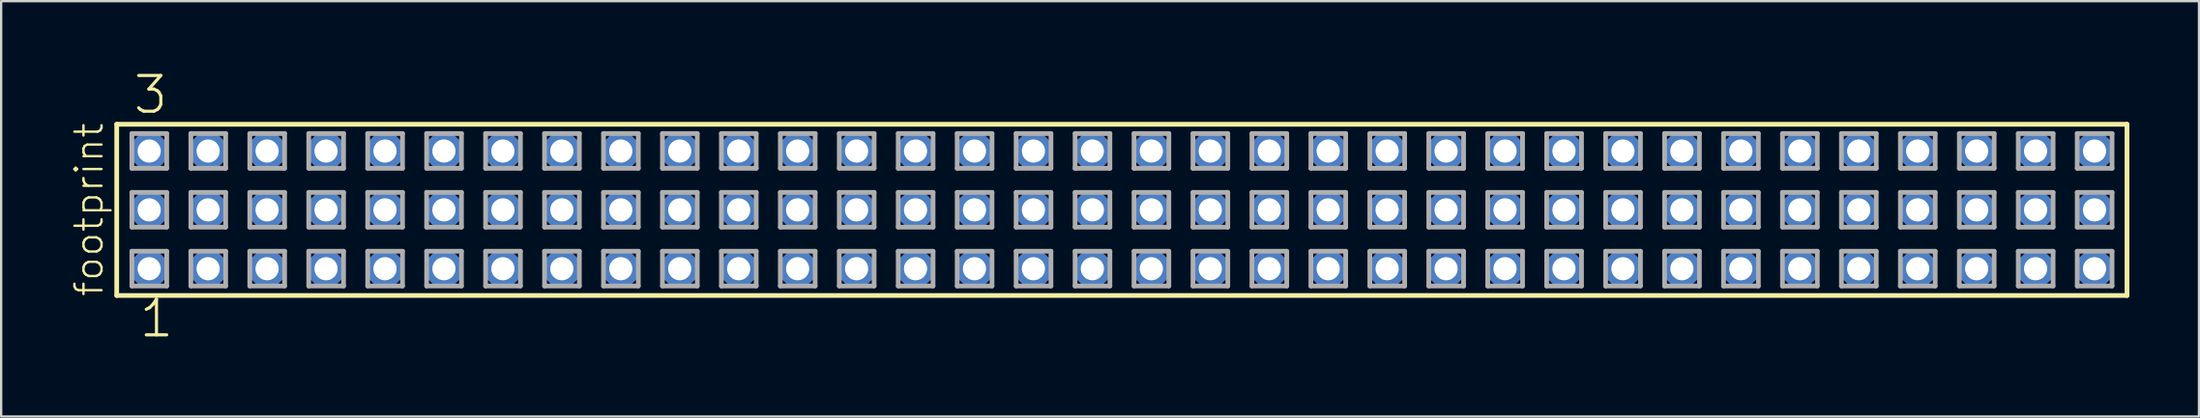
<source format=kicad_pcb>
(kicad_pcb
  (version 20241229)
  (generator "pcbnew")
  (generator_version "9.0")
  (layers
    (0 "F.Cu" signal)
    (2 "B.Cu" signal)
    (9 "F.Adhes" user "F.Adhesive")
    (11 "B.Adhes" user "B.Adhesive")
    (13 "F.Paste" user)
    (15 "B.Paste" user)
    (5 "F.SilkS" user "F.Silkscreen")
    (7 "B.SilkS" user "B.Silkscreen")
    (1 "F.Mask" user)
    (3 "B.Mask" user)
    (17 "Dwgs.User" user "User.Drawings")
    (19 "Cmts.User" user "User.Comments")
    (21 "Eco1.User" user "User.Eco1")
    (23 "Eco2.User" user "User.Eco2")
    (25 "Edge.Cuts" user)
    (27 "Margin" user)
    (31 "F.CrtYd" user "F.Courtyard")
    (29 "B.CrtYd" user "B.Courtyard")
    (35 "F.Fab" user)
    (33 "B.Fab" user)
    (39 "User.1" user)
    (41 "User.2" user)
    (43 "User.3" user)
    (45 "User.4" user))
  (footprint "footprint"
    (layer "F.Cu")
    (at 45.288 6.009)
    (property "Reference" "footprint" (at -43.815 3.81 90) (layer "F.SilkS") (effects (font (size 1.168 1.168) (thickness 0.102)) (justify left bottom)))
    (fp_line (start -43.309 -3.695) (end 43.309 -3.695) (stroke (width 0.203) (type solid)) (layer "F.SilkS"))
    (fp_line (start -43.309 3.695) (end -43.309 -3.695) (stroke (width 0.203) (type solid)) (layer "F.SilkS"))
    (fp_line (start 43.309 -3.695) (end 43.309 3.695) (stroke (width 0.203) (type solid)) (layer "F.SilkS"))
    (fp_line (start 43.309 3.695) (end -43.309 3.695) (stroke (width 0.203) (type solid)) (layer "F.SilkS"))
    (fp_line (start -42.655 -3.295) (end -41.155 -3.295) (stroke (width 0.203) (type solid)) (layer "F.Fab"))
    (fp_line (start -42.655 -1.795) (end -42.655 -3.295) (stroke (width 0.203) (type solid)) (layer "F.Fab"))
    (fp_line (start -42.655 -0.755) (end -41.155 -0.755) (stroke (width 0.203) (type solid)) (layer "F.Fab"))
    (fp_line (start -42.655 0.745) (end -42.655 -0.755) (stroke (width 0.203) (type solid)) (layer "F.Fab"))
    (fp_line (start -42.655 1.785) (end -41.155 1.785) (stroke (width 0.203) (type solid)) (layer "F.Fab"))
    (fp_line (start -42.655 3.285) (end -42.655 1.785) (stroke (width 0.203) (type solid)) (layer "F.Fab"))
    (fp_line (start -41.155 -3.295) (end -41.155 -1.795) (stroke (width 0.203) (type solid)) (layer "F.Fab"))
    (fp_line (start -41.155 -1.795) (end -42.655 -1.795) (stroke (width 0.203) (type solid)) (layer "F.Fab"))
    (fp_line (start -41.155 -0.755) (end -41.155 0.745) (stroke (width 0.203) (type solid)) (layer "F.Fab"))
    (fp_line (start -41.155 0.745) (end -42.655 0.745) (stroke (width 0.203) (type solid)) (layer "F.Fab"))
    (fp_line (start -41.155 1.785) (end -41.155 3.285) (stroke (width 0.203) (type solid)) (layer "F.Fab"))
    (fp_line (start -41.155 3.285) (end -42.655 3.285) (stroke (width 0.203) (type solid)) (layer "F.Fab"))
    (fp_line (start -40.115 -3.295) (end -38.615 -3.295) (stroke (width 0.203) (type solid)) (layer "F.Fab"))
    (fp_line (start -40.115 -1.795) (end -40.115 -3.295) (stroke (width 0.203) (type solid)) (layer "F.Fab"))
    (fp_line (start -40.115 -0.755) (end -38.615 -0.755) (stroke (width 0.203) (type solid)) (layer "F.Fab"))
    (fp_line (start -40.115 0.745) (end -40.115 -0.755) (stroke (width 0.203) (type solid)) (layer "F.Fab"))
    (fp_line (start -40.115 1.785) (end -38.615 1.785) (stroke (width 0.203) (type solid)) (layer "F.Fab"))
    (fp_line (start -40.115 3.285) (end -40.115 1.785) (stroke (width 0.203) (type solid)) (layer "F.Fab"))
    (fp_line (start -38.615 -3.295) (end -38.615 -1.795) (stroke (width 0.203) (type solid)) (layer "F.Fab"))
    (fp_line (start -38.615 -1.795) (end -40.115 -1.795) (stroke (width 0.203) (type solid)) (layer "F.Fab"))
    (fp_line (start -38.615 -0.755) (end -38.615 0.745) (stroke (width 0.203) (type solid)) (layer "F.Fab"))
    (fp_line (start -38.615 0.745) (end -40.115 0.745) (stroke (width 0.203) (type solid)) (layer "F.Fab"))
    (fp_line (start -38.615 1.785) (end -38.615 3.285) (stroke (width 0.203) (type solid)) (layer "F.Fab"))
    (fp_line (start -38.615 3.285) (end -40.115 3.285) (stroke (width 0.203) (type solid)) (layer "F.Fab"))
    (fp_line (start -37.575 -3.295) (end -36.075 -3.295) (stroke (width 0.203) (type solid)) (layer "F.Fab"))
    (fp_line (start -37.575 -1.795) (end -37.575 -3.295) (stroke (width 0.203) (type solid)) (layer "F.Fab"))
    (fp_line (start -37.575 -0.755) (end -36.075 -0.755) (stroke (width 0.203) (type solid)) (layer "F.Fab"))
    (fp_line (start -37.575 0.745) (end -37.575 -0.755) (stroke (width 0.203) (type solid)) (layer "F.Fab"))
    (fp_line (start -37.575 1.785) (end -36.075 1.785) (stroke (width 0.203) (type solid)) (layer "F.Fab"))
    (fp_line (start -37.575 3.285) (end -37.575 1.785) (stroke (width 0.203) (type solid)) (layer "F.Fab"))
    (fp_line (start -36.075 -3.295) (end -36.075 -1.795) (stroke (width 0.203) (type solid)) (layer "F.Fab"))
    (fp_line (start -36.075 -1.795) (end -37.575 -1.795) (stroke (width 0.203) (type solid)) (layer "F.Fab"))
    (fp_line (start -36.075 -0.755) (end -36.075 0.745) (stroke (width 0.203) (type solid)) (layer "F.Fab"))
    (fp_line (start -36.075 0.745) (end -37.575 0.745) (stroke (width 0.203) (type solid)) (layer "F.Fab"))
    (fp_line (start -36.075 1.785) (end -36.075 3.285) (stroke (width 0.203) (type solid)) (layer "F.Fab"))
    (fp_line (start -36.075 3.285) (end -37.575 3.285) (stroke (width 0.203) (type solid)) (layer "F.Fab"))
    (fp_line (start -35.035 -3.295) (end -33.535 -3.295) (stroke (width 0.203) (type solid)) (layer "F.Fab"))
    (fp_line (start -35.035 -1.795) (end -35.035 -3.295) (stroke (width 0.203) (type solid)) (layer "F.Fab"))
    (fp_line (start -35.035 -0.755) (end -33.535 -0.755) (stroke (width 0.203) (type solid)) (layer "F.Fab"))
    (fp_line (start -35.035 0.745) (end -35.035 -0.755) (stroke (width 0.203) (type solid)) (layer "F.Fab"))
    (fp_line (start -35.035 1.785) (end -33.535 1.785) (stroke (width 0.203) (type solid)) (layer "F.Fab"))
    (fp_line (start -35.035 3.285) (end -35.035 1.785) (stroke (width 0.203) (type solid)) (layer "F.Fab"))
    (fp_line (start -33.535 -3.295) (end -33.535 -1.795) (stroke (width 0.203) (type solid)) (layer "F.Fab"))
    (fp_line (start -33.535 -1.795) (end -35.035 -1.795) (stroke (width 0.203) (type solid)) (layer "F.Fab"))
    (fp_line (start -33.535 -0.755) (end -33.535 0.745) (stroke (width 0.203) (type solid)) (layer "F.Fab"))
    (fp_line (start -33.535 0.745) (end -35.035 0.745) (stroke (width 0.203) (type solid)) (layer "F.Fab"))
    (fp_line (start -33.535 1.785) (end -33.535 3.285) (stroke (width 0.203) (type solid)) (layer "F.Fab"))
    (fp_line (start -33.535 3.285) (end -35.035 3.285) (stroke (width 0.203) (type solid)) (layer "F.Fab"))
    (fp_line (start -32.495 -3.295) (end -30.995 -3.295) (stroke (width 0.203) (type solid)) (layer "F.Fab"))
    (fp_line (start -32.495 -1.795) (end -32.495 -3.295) (stroke (width 0.203) (type solid)) (layer "F.Fab"))
    (fp_line (start -32.495 -0.755) (end -30.995 -0.755) (stroke (width 0.203) (type solid)) (layer "F.Fab"))
    (fp_line (start -32.495 0.745) (end -32.495 -0.755) (stroke (width 0.203) (type solid)) (layer "F.Fab"))
    (fp_line (start -32.495 1.785) (end -30.995 1.785) (stroke (width 0.203) (type solid)) (layer "F.Fab"))
    (fp_line (start -32.495 3.285) (end -32.495 1.785) (stroke (width 0.203) (type solid)) (layer "F.Fab"))
    (fp_line (start -30.995 -3.295) (end -30.995 -1.795) (stroke (width 0.203) (type solid)) (layer "F.Fab"))
    (fp_line (start -30.995 -1.795) (end -32.495 -1.795) (stroke (width 0.203) (type solid)) (layer "F.Fab"))
    (fp_line (start -30.995 -0.755) (end -30.995 0.745) (stroke (width 0.203) (type solid)) (layer "F.Fab"))
    (fp_line (start -30.995 0.745) (end -32.495 0.745) (stroke (width 0.203) (type solid)) (layer "F.Fab"))
    (fp_line (start -30.995 1.785) (end -30.995 3.285) (stroke (width 0.203) (type solid)) (layer "F.Fab"))
    (fp_line (start -30.995 3.285) (end -32.495 3.285) (stroke (width 0.203) (type solid)) (layer "F.Fab"))
    (fp_line (start -29.955 -3.295) (end -28.455 -3.295) (stroke (width 0.203) (type solid)) (layer "F.Fab"))
    (fp_line (start -29.955 -1.795) (end -29.955 -3.295) (stroke (width 0.203) (type solid)) (layer "F.Fab"))
    (fp_line (start -29.955 -0.755) (end -28.455 -0.755) (stroke (width 0.203) (type solid)) (layer "F.Fab"))
    (fp_line (start -29.955 0.745) (end -29.955 -0.755) (stroke (width 0.203) (type solid)) (layer "F.Fab"))
    (fp_line (start -29.955 1.785) (end -28.455 1.785) (stroke (width 0.203) (type solid)) (layer "F.Fab"))
    (fp_line (start -29.955 3.285) (end -29.955 1.785) (stroke (width 0.203) (type solid)) (layer "F.Fab"))
    (fp_line (start -28.455 -3.295) (end -28.455 -1.795) (stroke (width 0.203) (type solid)) (layer "F.Fab"))
    (fp_line (start -28.455 -1.795) (end -29.955 -1.795) (stroke (width 0.203) (type solid)) (layer "F.Fab"))
    (fp_line (start -28.455 -0.755) (end -28.455 0.745) (stroke (width 0.203) (type solid)) (layer "F.Fab"))
    (fp_line (start -28.455 0.745) (end -29.955 0.745) (stroke (width 0.203) (type solid)) (layer "F.Fab"))
    (fp_line (start -28.455 1.785) (end -28.455 3.285) (stroke (width 0.203) (type solid)) (layer "F.Fab"))
    (fp_line (start -28.455 3.285) (end -29.955 3.285) (stroke (width 0.203) (type solid)) (layer "F.Fab"))
    (fp_line (start -27.415 -3.295) (end -25.915 -3.295) (stroke (width 0.203) (type solid)) (layer "F.Fab"))
    (fp_line (start -27.415 -1.795) (end -27.415 -3.295) (stroke (width 0.203) (type solid)) (layer "F.Fab"))
    (fp_line (start -27.415 -0.755) (end -25.915 -0.755) (stroke (width 0.203) (type solid)) (layer "F.Fab"))
    (fp_line (start -27.415 0.745) (end -27.415 -0.755) (stroke (width 0.203) (type solid)) (layer "F.Fab"))
    (fp_line (start -27.415 1.785) (end -25.915 1.785) (stroke (width 0.203) (type solid)) (layer "F.Fab"))
    (fp_line (start -27.415 3.285) (end -27.415 1.785) (stroke (width 0.203) (type solid)) (layer "F.Fab"))
    (fp_line (start -25.915 -3.295) (end -25.915 -1.795) (stroke (width 0.203) (type solid)) (layer "F.Fab"))
    (fp_line (start -25.915 -1.795) (end -27.415 -1.795) (stroke (width 0.203) (type solid)) (layer "F.Fab"))
    (fp_line (start -25.915 -0.755) (end -25.915 0.745) (stroke (width 0.203) (type solid)) (layer "F.Fab"))
    (fp_line (start -25.915 0.745) (end -27.415 0.745) (stroke (width 0.203) (type solid)) (layer "F.Fab"))
    (fp_line (start -25.915 1.785) (end -25.915 3.285) (stroke (width 0.203) (type solid)) (layer "F.Fab"))
    (fp_line (start -25.915 3.285) (end -27.415 3.285) (stroke (width 0.203) (type solid)) (layer "F.Fab"))
    (fp_line (start -24.875 -3.295) (end -23.375 -3.295) (stroke (width 0.203) (type solid)) (layer "F.Fab"))
    (fp_line (start -24.875 -1.795) (end -24.875 -3.295) (stroke (width 0.203) (type solid)) (layer "F.Fab"))
    (fp_line (start -24.875 -0.755) (end -23.375 -0.755) (stroke (width 0.203) (type solid)) (layer "F.Fab"))
    (fp_line (start -24.875 0.745) (end -24.875 -0.755) (stroke (width 0.203) (type solid)) (layer "F.Fab"))
    (fp_line (start -24.875 1.785) (end -23.375 1.785) (stroke (width 0.203) (type solid)) (layer "F.Fab"))
    (fp_line (start -24.875 3.285) (end -24.875 1.785) (stroke (width 0.203) (type solid)) (layer "F.Fab"))
    (fp_line (start -23.375 -3.295) (end -23.375 -1.795) (stroke (width 0.203) (type solid)) (layer "F.Fab"))
    (fp_line (start -23.375 -1.795) (end -24.875 -1.795) (stroke (width 0.203) (type solid)) (layer "F.Fab"))
    (fp_line (start -23.375 -0.755) (end -23.375 0.745) (stroke (width 0.203) (type solid)) (layer "F.Fab"))
    (fp_line (start -23.375 0.745) (end -24.875 0.745) (stroke (width 0.203) (type solid)) (layer "F.Fab"))
    (fp_line (start -23.375 1.785) (end -23.375 3.285) (stroke (width 0.203) (type solid)) (layer "F.Fab"))
    (fp_line (start -23.375 3.285) (end -24.875 3.285) (stroke (width 0.203) (type solid)) (layer "F.Fab"))
    (fp_line (start -22.335 -3.295) (end -20.835 -3.295) (stroke (width 0.203) (type solid)) (layer "F.Fab"))
    (fp_line (start -22.335 -1.795) (end -22.335 -3.295) (stroke (width 0.203) (type solid)) (layer "F.Fab"))
    (fp_line (start -22.335 -0.755) (end -20.835 -0.755) (stroke (width 0.203) (type solid)) (layer "F.Fab"))
    (fp_line (start -22.335 0.745) (end -22.335 -0.755) (stroke (width 0.203) (type solid)) (layer "F.Fab"))
    (fp_line (start -22.335 1.785) (end -20.835 1.785) (stroke (width 0.203) (type solid)) (layer "F.Fab"))
    (fp_line (start -22.335 3.285) (end -22.335 1.785) (stroke (width 0.203) (type solid)) (layer "F.Fab"))
    (fp_line (start -20.835 -3.295) (end -20.835 -1.795) (stroke (width 0.203) (type solid)) (layer "F.Fab"))
    (fp_line (start -20.835 -1.795) (end -22.335 -1.795) (stroke (width 0.203) (type solid)) (layer "F.Fab"))
    (fp_line (start -20.835 -0.755) (end -20.835 0.745) (stroke (width 0.203) (type solid)) (layer "F.Fab"))
    (fp_line (start -20.835 0.745) (end -22.335 0.745) (stroke (width 0.203) (type solid)) (layer "F.Fab"))
    (fp_line (start -20.835 1.785) (end -20.835 3.285) (stroke (width 0.203) (type solid)) (layer "F.Fab"))
    (fp_line (start -20.835 3.285) (end -22.335 3.285) (stroke (width 0.203) (type solid)) (layer "F.Fab"))
    (fp_line (start -19.795 -3.295) (end -18.295 -3.295) (stroke (width 0.203) (type solid)) (layer "F.Fab"))
    (fp_line (start -19.795 -1.795) (end -19.795 -3.295) (stroke (width 0.203) (type solid)) (layer "F.Fab"))
    (fp_line (start -19.795 -0.755) (end -18.295 -0.755) (stroke (width 0.203) (type solid)) (layer "F.Fab"))
    (fp_line (start -19.795 0.745) (end -19.795 -0.755) (stroke (width 0.203) (type solid)) (layer "F.Fab"))
    (fp_line (start -19.795 1.785) (end -18.295 1.785) (stroke (width 0.203) (type solid)) (layer "F.Fab"))
    (fp_line (start -19.795 3.285) (end -19.795 1.785) (stroke (width 0.203) (type solid)) (layer "F.Fab"))
    (fp_line (start -18.295 -3.295) (end -18.295 -1.795) (stroke (width 0.203) (type solid)) (layer "F.Fab"))
    (fp_line (start -18.295 -1.795) (end -19.795 -1.795) (stroke (width 0.203) (type solid)) (layer "F.Fab"))
    (fp_line (start -18.295 -0.755) (end -18.295 0.745) (stroke (width 0.203) (type solid)) (layer "F.Fab"))
    (fp_line (start -18.295 0.745) (end -19.795 0.745) (stroke (width 0.203) (type solid)) (layer "F.Fab"))
    (fp_line (start -18.295 1.785) (end -18.295 3.285) (stroke (width 0.203) (type solid)) (layer "F.Fab"))
    (fp_line (start -18.295 3.285) (end -19.795 3.285) (stroke (width 0.203) (type solid)) (layer "F.Fab"))
    (fp_line (start -17.255 -3.295) (end -15.755 -3.295) (stroke (width 0.203) (type solid)) (layer "F.Fab"))
    (fp_line (start -17.255 -1.795) (end -17.255 -3.295) (stroke (width 0.203) (type solid)) (layer "F.Fab"))
    (fp_line (start -17.255 -0.755) (end -15.755 -0.755) (stroke (width 0.203) (type solid)) (layer "F.Fab"))
    (fp_line (start -17.255 0.745) (end -17.255 -0.755) (stroke (width 0.203) (type solid)) (layer "F.Fab"))
    (fp_line (start -17.255 1.785) (end -15.755 1.785) (stroke (width 0.203) (type solid)) (layer "F.Fab"))
    (fp_line (start -17.255 3.285) (end -17.255 1.785) (stroke (width 0.203) (type solid)) (layer "F.Fab"))
    (fp_line (start -15.755 -3.295) (end -15.755 -1.795) (stroke (width 0.203) (type solid)) (layer "F.Fab"))
    (fp_line (start -15.755 -1.795) (end -17.255 -1.795) (stroke (width 0.203) (type solid)) (layer "F.Fab"))
    (fp_line (start -15.755 -0.755) (end -15.755 0.745) (stroke (width 0.203) (type solid)) (layer "F.Fab"))
    (fp_line (start -15.755 0.745) (end -17.255 0.745) (stroke (width 0.203) (type solid)) (layer "F.Fab"))
    (fp_line (start -15.755 1.785) (end -15.755 3.285) (stroke (width 0.203) (type solid)) (layer "F.Fab"))
    (fp_line (start -15.755 3.285) (end -17.255 3.285) (stroke (width 0.203) (type solid)) (layer "F.Fab"))
    (fp_line (start -14.715 -3.295) (end -13.215 -3.295) (stroke (width 0.203) (type solid)) (layer "F.Fab"))
    (fp_line (start -14.715 -1.795) (end -14.715 -3.295) (stroke (width 0.203) (type solid)) (layer "F.Fab"))
    (fp_line (start -14.715 -0.755) (end -13.215 -0.755) (stroke (width 0.203) (type solid)) (layer "F.Fab"))
    (fp_line (start -14.715 0.745) (end -14.715 -0.755) (stroke (width 0.203) (type solid)) (layer "F.Fab"))
    (fp_line (start -14.715 1.785) (end -13.215 1.785) (stroke (width 0.203) (type solid)) (layer "F.Fab"))
    (fp_line (start -14.715 3.285) (end -14.715 1.785) (stroke (width 0.203) (type solid)) (layer "F.Fab"))
    (fp_line (start -13.215 -3.295) (end -13.215 -1.795) (stroke (width 0.203) (type solid)) (layer "F.Fab"))
    (fp_line (start -13.215 -1.795) (end -14.715 -1.795) (stroke (width 0.203) (type solid)) (layer "F.Fab"))
    (fp_line (start -13.215 -0.755) (end -13.215 0.745) (stroke (width 0.203) (type solid)) (layer "F.Fab"))
    (fp_line (start -13.215 0.745) (end -14.715 0.745) (stroke (width 0.203) (type solid)) (layer "F.Fab"))
    (fp_line (start -13.215 1.785) (end -13.215 3.285) (stroke (width 0.203) (type solid)) (layer "F.Fab"))
    (fp_line (start -13.215 3.285) (end -14.715 3.285) (stroke (width 0.203) (type solid)) (layer "F.Fab"))
    (fp_line (start -12.175 -3.295) (end -10.675 -3.295) (stroke (width 0.203) (type solid)) (layer "F.Fab"))
    (fp_line (start -12.175 -1.795) (end -12.175 -3.295) (stroke (width 0.203) (type solid)) (layer "F.Fab"))
    (fp_line (start -12.175 -0.755) (end -10.675 -0.755) (stroke (width 0.203) (type solid)) (layer "F.Fab"))
    (fp_line (start -12.175 0.745) (end -12.175 -0.755) (stroke (width 0.203) (type solid)) (layer "F.Fab"))
    (fp_line (start -12.175 1.785) (end -10.675 1.785) (stroke (width 0.203) (type solid)) (layer "F.Fab"))
    (fp_line (start -12.175 3.285) (end -12.175 1.785) (stroke (width 0.203) (type solid)) (layer "F.Fab"))
    (fp_line (start -10.675 -3.295) (end -10.675 -1.795) (stroke (width 0.203) (type solid)) (layer "F.Fab"))
    (fp_line (start -10.675 -1.795) (end -12.175 -1.795) (stroke (width 0.203) (type solid)) (layer "F.Fab"))
    (fp_line (start -10.675 -0.755) (end -10.675 0.745) (stroke (width 0.203) (type solid)) (layer "F.Fab"))
    (fp_line (start -10.675 0.745) (end -12.175 0.745) (stroke (width 0.203) (type solid)) (layer "F.Fab"))
    (fp_line (start -10.675 1.785) (end -10.675 3.285) (stroke (width 0.203) (type solid)) (layer "F.Fab"))
    (fp_line (start -10.675 3.285) (end -12.175 3.285) (stroke (width 0.203) (type solid)) (layer "F.Fab"))
    (fp_line (start -9.635 -3.295) (end -8.135 -3.295) (stroke (width 0.203) (type solid)) (layer "F.Fab"))
    (fp_line (start -9.635 -1.795) (end -9.635 -3.295) (stroke (width 0.203) (type solid)) (layer "F.Fab"))
    (fp_line (start -9.635 -0.755) (end -8.135 -0.755) (stroke (width 0.203) (type solid)) (layer "F.Fab"))
    (fp_line (start -9.635 0.745) (end -9.635 -0.755) (stroke (width 0.203) (type solid)) (layer "F.Fab"))
    (fp_line (start -9.635 1.785) (end -8.135 1.785) (stroke (width 0.203) (type solid)) (layer "F.Fab"))
    (fp_line (start -9.635 3.285) (end -9.635 1.785) (stroke (width 0.203) (type solid)) (layer "F.Fab"))
    (fp_line (start -8.135 -3.295) (end -8.135 -1.795) (stroke (width 0.203) (type solid)) (layer "F.Fab"))
    (fp_line (start -8.135 -1.795) (end -9.635 -1.795) (stroke (width 0.203) (type solid)) (layer "F.Fab"))
    (fp_line (start -8.135 -0.755) (end -8.135 0.745) (stroke (width 0.203) (type solid)) (layer "F.Fab"))
    (fp_line (start -8.135 0.745) (end -9.635 0.745) (stroke (width 0.203) (type solid)) (layer "F.Fab"))
    (fp_line (start -8.135 1.785) (end -8.135 3.285) (stroke (width 0.203) (type solid)) (layer "F.Fab"))
    (fp_line (start -8.135 3.285) (end -9.635 3.285) (stroke (width 0.203) (type solid)) (layer "F.Fab"))
    (fp_line (start -7.095 -3.295) (end -5.595 -3.295) (stroke (width 0.203) (type solid)) (layer "F.Fab"))
    (fp_line (start -7.095 -1.795) (end -7.095 -3.295) (stroke (width 0.203) (type solid)) (layer "F.Fab"))
    (fp_line (start -7.095 -0.755) (end -5.595 -0.755) (stroke (width 0.203) (type solid)) (layer "F.Fab"))
    (fp_line (start -7.095 0.745) (end -7.095 -0.755) (stroke (width 0.203) (type solid)) (layer "F.Fab"))
    (fp_line (start -7.095 1.785) (end -5.595 1.785) (stroke (width 0.203) (type solid)) (layer "F.Fab"))
    (fp_line (start -7.095 3.285) (end -7.095 1.785) (stroke (width 0.203) (type solid)) (layer "F.Fab"))
    (fp_line (start -5.595 -3.295) (end -5.595 -1.795) (stroke (width 0.203) (type solid)) (layer "F.Fab"))
    (fp_line (start -5.595 -1.795) (end -7.095 -1.795) (stroke (width 0.203) (type solid)) (layer "F.Fab"))
    (fp_line (start -5.595 -0.755) (end -5.595 0.745) (stroke (width 0.203) (type solid)) (layer "F.Fab"))
    (fp_line (start -5.595 0.745) (end -7.095 0.745) (stroke (width 0.203) (type solid)) (layer "F.Fab"))
    (fp_line (start -5.595 1.785) (end -5.595 3.285) (stroke (width 0.203) (type solid)) (layer "F.Fab"))
    (fp_line (start -5.595 3.285) (end -7.095 3.285) (stroke (width 0.203) (type solid)) (layer "F.Fab"))
    (fp_line (start -4.555 -3.295) (end -3.055 -3.295) (stroke (width 0.203) (type solid)) (layer "F.Fab"))
    (fp_line (start -4.555 -1.795) (end -4.555 -3.295) (stroke (width 0.203) (type solid)) (layer "F.Fab"))
    (fp_line (start -4.555 -0.755) (end -3.055 -0.755) (stroke (width 0.203) (type solid)) (layer "F.Fab"))
    (fp_line (start -4.555 0.745) (end -4.555 -0.755) (stroke (width 0.203) (type solid)) (layer "F.Fab"))
    (fp_line (start -4.555 1.785) (end -3.055 1.785) (stroke (width 0.203) (type solid)) (layer "F.Fab"))
    (fp_line (start -4.555 3.285) (end -4.555 1.785) (stroke (width 0.203) (type solid)) (layer "F.Fab"))
    (fp_line (start -3.055 -3.295) (end -3.055 -1.795) (stroke (width 0.203) (type solid)) (layer "F.Fab"))
    (fp_line (start -3.055 -1.795) (end -4.555 -1.795) (stroke (width 0.203) (type solid)) (layer "F.Fab"))
    (fp_line (start -3.055 -0.755) (end -3.055 0.745) (stroke (width 0.203) (type solid)) (layer "F.Fab"))
    (fp_line (start -3.055 0.745) (end -4.555 0.745) (stroke (width 0.203) (type solid)) (layer "F.Fab"))
    (fp_line (start -3.055 1.785) (end -3.055 3.285) (stroke (width 0.203) (type solid)) (layer "F.Fab"))
    (fp_line (start -3.055 3.285) (end -4.555 3.285) (stroke (width 0.203) (type solid)) (layer "F.Fab"))
    (fp_line (start -2.015 -3.295) (end -0.515 -3.295) (stroke (width 0.203) (type solid)) (layer "F.Fab"))
    (fp_line (start -2.015 -1.795) (end -2.015 -3.295) (stroke (width 0.203) (type solid)) (layer "F.Fab"))
    (fp_line (start -2.015 -0.755) (end -0.515 -0.755) (stroke (width 0.203) (type solid)) (layer "F.Fab"))
    (fp_line (start -2.015 0.745) (end -2.015 -0.755) (stroke (width 0.203) (type solid)) (layer "F.Fab"))
    (fp_line (start -2.015 1.785) (end -0.515 1.785) (stroke (width 0.203) (type solid)) (layer "F.Fab"))
    (fp_line (start -2.015 3.285) (end -2.015 1.785) (stroke (width 0.203) (type solid)) (layer "F.Fab"))
    (fp_line (start -0.515 -3.295) (end -0.515 -1.795) (stroke (width 0.203) (type solid)) (layer "F.Fab"))
    (fp_line (start -0.515 -1.795) (end -2.015 -1.795) (stroke (width 0.203) (type solid)) (layer "F.Fab"))
    (fp_line (start -0.515 -0.755) (end -0.515 0.745) (stroke (width 0.203) (type solid)) (layer "F.Fab"))
    (fp_line (start -0.515 0.745) (end -2.015 0.745) (stroke (width 0.203) (type solid)) (layer "F.Fab"))
    (fp_line (start -0.515 1.785) (end -0.515 3.285) (stroke (width 0.203) (type solid)) (layer "F.Fab"))
    (fp_line (start -0.515 3.285) (end -2.015 3.285) (stroke (width 0.203) (type solid)) (layer "F.Fab"))
    (fp_line (start 0.525 -3.295) (end 2.025 -3.295) (stroke (width 0.203) (type solid)) (layer "F.Fab"))
    (fp_line (start 0.525 -1.795) (end 0.525 -3.295) (stroke (width 0.203) (type solid)) (layer "F.Fab"))
    (fp_line (start 0.525 -0.755) (end 2.025 -0.755) (stroke (width 0.203) (type solid)) (layer "F.Fab"))
    (fp_line (start 0.525 0.745) (end 0.525 -0.755) (stroke (width 0.203) (type solid)) (layer "F.Fab"))
    (fp_line (start 0.525 1.785) (end 2.025 1.785) (stroke (width 0.203) (type solid)) (layer "F.Fab"))
    (fp_line (start 0.525 3.285) (end 0.525 1.785) (stroke (width 0.203) (type solid)) (layer "F.Fab"))
    (fp_line (start 2.025 -3.295) (end 2.025 -1.795) (stroke (width 0.203) (type solid)) (layer "F.Fab"))
    (fp_line (start 2.025 -1.795) (end 0.525 -1.795) (stroke (width 0.203) (type solid)) (layer "F.Fab"))
    (fp_line (start 2.025 -0.755) (end 2.025 0.745) (stroke (width 0.203) (type solid)) (layer "F.Fab"))
    (fp_line (start 2.025 0.745) (end 0.525 0.745) (stroke (width 0.203) (type solid)) (layer "F.Fab"))
    (fp_line (start 2.025 1.785) (end 2.025 3.285) (stroke (width 0.203) (type solid)) (layer "F.Fab"))
    (fp_line (start 2.025 3.285) (end 0.525 3.285) (stroke (width 0.203) (type solid)) (layer "F.Fab"))
    (fp_line (start 3.065 -3.295) (end 4.565 -3.295) (stroke (width 0.203) (type solid)) (layer "F.Fab"))
    (fp_line (start 3.065 -1.795) (end 3.065 -3.295) (stroke (width 0.203) (type solid)) (layer "F.Fab"))
    (fp_line (start 3.065 -0.755) (end 4.565 -0.755) (stroke (width 0.203) (type solid)) (layer "F.Fab"))
    (fp_line (start 3.065 0.745) (end 3.065 -0.755) (stroke (width 0.203) (type solid)) (layer "F.Fab"))
    (fp_line (start 3.065 1.785) (end 4.565 1.785) (stroke (width 0.203) (type solid)) (layer "F.Fab"))
    (fp_line (start 3.065 3.285) (end 3.065 1.785) (stroke (width 0.203) (type solid)) (layer "F.Fab"))
    (fp_line (start 4.565 -3.295) (end 4.565 -1.795) (stroke (width 0.203) (type solid)) (layer "F.Fab"))
    (fp_line (start 4.565 -1.795) (end 3.065 -1.795) (stroke (width 0.203) (type solid)) (layer "F.Fab"))
    (fp_line (start 4.565 -0.755) (end 4.565 0.745) (stroke (width 0.203) (type solid)) (layer "F.Fab"))
    (fp_line (start 4.565 0.745) (end 3.065 0.745) (stroke (width 0.203) (type solid)) (layer "F.Fab"))
    (fp_line (start 4.565 1.785) (end 4.565 3.285) (stroke (width 0.203) (type solid)) (layer "F.Fab"))
    (fp_line (start 4.565 3.285) (end 3.065 3.285) (stroke (width 0.203) (type solid)) (layer "F.Fab"))
    (fp_line (start 5.605 -3.295) (end 7.105 -3.295) (stroke (width 0.203) (type solid)) (layer "F.Fab"))
    (fp_line (start 5.605 -1.795) (end 5.605 -3.295) (stroke (width 0.203) (type solid)) (layer "F.Fab"))
    (fp_line (start 5.605 -0.755) (end 7.105 -0.755) (stroke (width 0.203) (type solid)) (layer "F.Fab"))
    (fp_line (start 5.605 0.745) (end 5.605 -0.755) (stroke (width 0.203) (type solid)) (layer "F.Fab"))
    (fp_line (start 5.605 1.785) (end 7.105 1.785) (stroke (width 0.203) (type solid)) (layer "F.Fab"))
    (fp_line (start 5.605 3.285) (end 5.605 1.785) (stroke (width 0.203) (type solid)) (layer "F.Fab"))
    (fp_line (start 7.105 -3.295) (end 7.105 -1.795) (stroke (width 0.203) (type solid)) (layer "F.Fab"))
    (fp_line (start 7.105 -1.795) (end 5.605 -1.795) (stroke (width 0.203) (type solid)) (layer "F.Fab"))
    (fp_line (start 7.105 -0.755) (end 7.105 0.745) (stroke (width 0.203) (type solid)) (layer "F.Fab"))
    (fp_line (start 7.105 0.745) (end 5.605 0.745) (stroke (width 0.203) (type solid)) (layer "F.Fab"))
    (fp_line (start 7.105 1.785) (end 7.105 3.285) (stroke (width 0.203) (type solid)) (layer "F.Fab"))
    (fp_line (start 7.105 3.285) (end 5.605 3.285) (stroke (width 0.203) (type solid)) (layer "F.Fab"))
    (fp_line (start 8.145 -3.295) (end 9.645 -3.295) (stroke (width 0.203) (type solid)) (layer "F.Fab"))
    (fp_line (start 8.145 -1.795) (end 8.145 -3.295) (stroke (width 0.203) (type solid)) (layer "F.Fab"))
    (fp_line (start 8.145 -0.755) (end 9.645 -0.755) (stroke (width 0.203) (type solid)) (layer "F.Fab"))
    (fp_line (start 8.145 0.745) (end 8.145 -0.755) (stroke (width 0.203) (type solid)) (layer "F.Fab"))
    (fp_line (start 8.145 1.785) (end 9.645 1.785) (stroke (width 0.203) (type solid)) (layer "F.Fab"))
    (fp_line (start 8.145 3.285) (end 8.145 1.785) (stroke (width 0.203) (type solid)) (layer "F.Fab"))
    (fp_line (start 9.645 -3.295) (end 9.645 -1.795) (stroke (width 0.203) (type solid)) (layer "F.Fab"))
    (fp_line (start 9.645 -1.795) (end 8.145 -1.795) (stroke (width 0.203) (type solid)) (layer "F.Fab"))
    (fp_line (start 9.645 -0.755) (end 9.645 0.745) (stroke (width 0.203) (type solid)) (layer "F.Fab"))
    (fp_line (start 9.645 0.745) (end 8.145 0.745) (stroke (width 0.203) (type solid)) (layer "F.Fab"))
    (fp_line (start 9.645 1.785) (end 9.645 3.285) (stroke (width 0.203) (type solid)) (layer "F.Fab"))
    (fp_line (start 9.645 3.285) (end 8.145 3.285) (stroke (width 0.203) (type solid)) (layer "F.Fab"))
    (fp_line (start 10.685 -3.295) (end 12.185 -3.295) (stroke (width 0.203) (type solid)) (layer "F.Fab"))
    (fp_line (start 10.685 -1.795) (end 10.685 -3.295) (stroke (width 0.203) (type solid)) (layer "F.Fab"))
    (fp_line (start 10.685 -0.755) (end 12.185 -0.755) (stroke (width 0.203) (type solid)) (layer "F.Fab"))
    (fp_line (start 10.685 0.745) (end 10.685 -0.755) (stroke (width 0.203) (type solid)) (layer "F.Fab"))
    (fp_line (start 10.685 1.785) (end 12.185 1.785) (stroke (width 0.203) (type solid)) (layer "F.Fab"))
    (fp_line (start 10.685 3.285) (end 10.685 1.785) (stroke (width 0.203) (type solid)) (layer "F.Fab"))
    (fp_line (start 12.185 -3.295) (end 12.185 -1.795) (stroke (width 0.203) (type solid)) (layer "F.Fab"))
    (fp_line (start 12.185 -1.795) (end 10.685 -1.795) (stroke (width 0.203) (type solid)) (layer "F.Fab"))
    (fp_line (start 12.185 -0.755) (end 12.185 0.745) (stroke (width 0.203) (type solid)) (layer "F.Fab"))
    (fp_line (start 12.185 0.745) (end 10.685 0.745) (stroke (width 0.203) (type solid)) (layer "F.Fab"))
    (fp_line (start 12.185 1.785) (end 12.185 3.285) (stroke (width 0.203) (type solid)) (layer "F.Fab"))
    (fp_line (start 12.185 3.285) (end 10.685 3.285) (stroke (width 0.203) (type solid)) (layer "F.Fab"))
    (fp_line (start 13.225 -3.295) (end 14.725 -3.295) (stroke (width 0.203) (type solid)) (layer "F.Fab"))
    (fp_line (start 13.225 -1.795) (end 13.225 -3.295) (stroke (width 0.203) (type solid)) (layer "F.Fab"))
    (fp_line (start 13.225 -0.755) (end 14.725 -0.755) (stroke (width 0.203) (type solid)) (layer "F.Fab"))
    (fp_line (start 13.225 0.745) (end 13.225 -0.755) (stroke (width 0.203) (type solid)) (layer "F.Fab"))
    (fp_line (start 13.225 1.785) (end 14.725 1.785) (stroke (width 0.203) (type solid)) (layer "F.Fab"))
    (fp_line (start 13.225 3.285) (end 13.225 1.785) (stroke (width 0.203) (type solid)) (layer "F.Fab"))
    (fp_line (start 14.725 -3.295) (end 14.725 -1.795) (stroke (width 0.203) (type solid)) (layer "F.Fab"))
    (fp_line (start 14.725 -1.795) (end 13.225 -1.795) (stroke (width 0.203) (type solid)) (layer "F.Fab"))
    (fp_line (start 14.725 -0.755) (end 14.725 0.745) (stroke (width 0.203) (type solid)) (layer "F.Fab"))
    (fp_line (start 14.725 0.745) (end 13.225 0.745) (stroke (width 0.203) (type solid)) (layer "F.Fab"))
    (fp_line (start 14.725 1.785) (end 14.725 3.285) (stroke (width 0.203) (type solid)) (layer "F.Fab"))
    (fp_line (start 14.725 3.285) (end 13.225 3.285) (stroke (width 0.203) (type solid)) (layer "F.Fab"))
    (fp_line (start 15.765 -3.295) (end 17.265 -3.295) (stroke (width 0.203) (type solid)) (layer "F.Fab"))
    (fp_line (start 15.765 -1.795) (end 15.765 -3.295) (stroke (width 0.203) (type solid)) (layer "F.Fab"))
    (fp_line (start 15.765 -0.755) (end 17.265 -0.755) (stroke (width 0.203) (type solid)) (layer "F.Fab"))
    (fp_line (start 15.765 0.745) (end 15.765 -0.755) (stroke (width 0.203) (type solid)) (layer "F.Fab"))
    (fp_line (start 15.765 1.785) (end 17.265 1.785) (stroke (width 0.203) (type solid)) (layer "F.Fab"))
    (fp_line (start 15.765 3.285) (end 15.765 1.785) (stroke (width 0.203) (type solid)) (layer "F.Fab"))
    (fp_line (start 17.265 -3.295) (end 17.265 -1.795) (stroke (width 0.203) (type solid)) (layer "F.Fab"))
    (fp_line (start 17.265 -1.795) (end 15.765 -1.795) (stroke (width 0.203) (type solid)) (layer "F.Fab"))
    (fp_line (start 17.265 -0.755) (end 17.265 0.745) (stroke (width 0.203) (type solid)) (layer "F.Fab"))
    (fp_line (start 17.265 0.745) (end 15.765 0.745) (stroke (width 0.203) (type solid)) (layer "F.Fab"))
    (fp_line (start 17.265 1.785) (end 17.265 3.285) (stroke (width 0.203) (type solid)) (layer "F.Fab"))
    (fp_line (start 17.265 3.285) (end 15.765 3.285) (stroke (width 0.203) (type solid)) (layer "F.Fab"))
    (fp_line (start 18.305 -3.295) (end 19.805 -3.295) (stroke (width 0.203) (type solid)) (layer "F.Fab"))
    (fp_line (start 18.305 -1.795) (end 18.305 -3.295) (stroke (width 0.203) (type solid)) (layer "F.Fab"))
    (fp_line (start 18.305 -0.755) (end 19.805 -0.755) (stroke (width 0.203) (type solid)) (layer "F.Fab"))
    (fp_line (start 18.305 0.745) (end 18.305 -0.755) (stroke (width 0.203) (type solid)) (layer "F.Fab"))
    (fp_line (start 18.305 1.785) (end 19.805 1.785) (stroke (width 0.203) (type solid)) (layer "F.Fab"))
    (fp_line (start 18.305 3.285) (end 18.305 1.785) (stroke (width 0.203) (type solid)) (layer "F.Fab"))
    (fp_line (start 19.805 -3.295) (end 19.805 -1.795) (stroke (width 0.203) (type solid)) (layer "F.Fab"))
    (fp_line (start 19.805 -1.795) (end 18.305 -1.795) (stroke (width 0.203) (type solid)) (layer "F.Fab"))
    (fp_line (start 19.805 -0.755) (end 19.805 0.745) (stroke (width 0.203) (type solid)) (layer "F.Fab"))
    (fp_line (start 19.805 0.745) (end 18.305 0.745) (stroke (width 0.203) (type solid)) (layer "F.Fab"))
    (fp_line (start 19.805 1.785) (end 19.805 3.285) (stroke (width 0.203) (type solid)) (layer "F.Fab"))
    (fp_line (start 19.805 3.285) (end 18.305 3.285) (stroke (width 0.203) (type solid)) (layer "F.Fab"))
    (fp_line (start 20.845 -3.295) (end 22.345 -3.295) (stroke (width 0.203) (type solid)) (layer "F.Fab"))
    (fp_line (start 20.845 -1.795) (end 20.845 -3.295) (stroke (width 0.203) (type solid)) (layer "F.Fab"))
    (fp_line (start 20.845 -0.755) (end 22.345 -0.755) (stroke (width 0.203) (type solid)) (layer "F.Fab"))
    (fp_line (start 20.845 0.745) (end 20.845 -0.755) (stroke (width 0.203) (type solid)) (layer "F.Fab"))
    (fp_line (start 20.845 1.785) (end 22.345 1.785) (stroke (width 0.203) (type solid)) (layer "F.Fab"))
    (fp_line (start 20.845 3.285) (end 20.845 1.785) (stroke (width 0.203) (type solid)) (layer "F.Fab"))
    (fp_line (start 22.345 -3.295) (end 22.345 -1.795) (stroke (width 0.203) (type solid)) (layer "F.Fab"))
    (fp_line (start 22.345 -1.795) (end 20.845 -1.795) (stroke (width 0.203) (type solid)) (layer "F.Fab"))
    (fp_line (start 22.345 -0.755) (end 22.345 0.745) (stroke (width 0.203) (type solid)) (layer "F.Fab"))
    (fp_line (start 22.345 0.745) (end 20.845 0.745) (stroke (width 0.203) (type solid)) (layer "F.Fab"))
    (fp_line (start 22.345 1.785) (end 22.345 3.285) (stroke (width 0.203) (type solid)) (layer "F.Fab"))
    (fp_line (start 22.345 3.285) (end 20.845 3.285) (stroke (width 0.203) (type solid)) (layer "F.Fab"))
    (fp_line (start 23.385 -3.295) (end 24.885 -3.295) (stroke (width 0.203) (type solid)) (layer "F.Fab"))
    (fp_line (start 23.385 -1.795) (end 23.385 -3.295) (stroke (width 0.203) (type solid)) (layer "F.Fab"))
    (fp_line (start 23.385 -0.755) (end 24.885 -0.755) (stroke (width 0.203) (type solid)) (layer "F.Fab"))
    (fp_line (start 23.385 0.745) (end 23.385 -0.755) (stroke (width 0.203) (type solid)) (layer "F.Fab"))
    (fp_line (start 23.385 1.785) (end 24.885 1.785) (stroke (width 0.203) (type solid)) (layer "F.Fab"))
    (fp_line (start 23.385 3.285) (end 23.385 1.785) (stroke (width 0.203) (type solid)) (layer "F.Fab"))
    (fp_line (start 24.885 -3.295) (end 24.885 -1.795) (stroke (width 0.203) (type solid)) (layer "F.Fab"))
    (fp_line (start 24.885 -1.795) (end 23.385 -1.795) (stroke (width 0.203) (type solid)) (layer "F.Fab"))
    (fp_line (start 24.885 -0.755) (end 24.885 0.745) (stroke (width 0.203) (type solid)) (layer "F.Fab"))
    (fp_line (start 24.885 0.745) (end 23.385 0.745) (stroke (width 0.203) (type solid)) (layer "F.Fab"))
    (fp_line (start 24.885 1.785) (end 24.885 3.285) (stroke (width 0.203) (type solid)) (layer "F.Fab"))
    (fp_line (start 24.885 3.285) (end 23.385 3.285) (stroke (width 0.203) (type solid)) (layer "F.Fab"))
    (fp_line (start 25.925 -3.295) (end 27.425 -3.295) (stroke (width 0.203) (type solid)) (layer "F.Fab"))
    (fp_line (start 25.925 -1.795) (end 25.925 -3.295) (stroke (width 0.203) (type solid)) (layer "F.Fab"))
    (fp_line (start 25.925 -0.755) (end 27.425 -0.755) (stroke (width 0.203) (type solid)) (layer "F.Fab"))
    (fp_line (start 25.925 0.745) (end 25.925 -0.755) (stroke (width 0.203) (type solid)) (layer "F.Fab"))
    (fp_line (start 25.925 1.785) (end 27.425 1.785) (stroke (width 0.203) (type solid)) (layer "F.Fab"))
    (fp_line (start 25.925 3.285) (end 25.925 1.785) (stroke (width 0.203) (type solid)) (layer "F.Fab"))
    (fp_line (start 27.425 -3.295) (end 27.425 -1.795) (stroke (width 0.203) (type solid)) (layer "F.Fab"))
    (fp_line (start 27.425 -1.795) (end 25.925 -1.795) (stroke (width 0.203) (type solid)) (layer "F.Fab"))
    (fp_line (start 27.425 -0.755) (end 27.425 0.745) (stroke (width 0.203) (type solid)) (layer "F.Fab"))
    (fp_line (start 27.425 0.745) (end 25.925 0.745) (stroke (width 0.203) (type solid)) (layer "F.Fab"))
    (fp_line (start 27.425 1.785) (end 27.425 3.285) (stroke (width 0.203) (type solid)) (layer "F.Fab"))
    (fp_line (start 27.425 3.285) (end 25.925 3.285) (stroke (width 0.203) (type solid)) (layer "F.Fab"))
    (fp_line (start 28.465 -3.295) (end 29.965 -3.295) (stroke (width 0.203) (type solid)) (layer "F.Fab"))
    (fp_line (start 28.465 -1.795) (end 28.465 -3.295) (stroke (width 0.203) (type solid)) (layer "F.Fab"))
    (fp_line (start 28.465 -0.755) (end 29.965 -0.755) (stroke (width 0.203) (type solid)) (layer "F.Fab"))
    (fp_line (start 28.465 0.745) (end 28.465 -0.755) (stroke (width 0.203) (type solid)) (layer "F.Fab"))
    (fp_line (start 28.465 1.785) (end 29.965 1.785) (stroke (width 0.203) (type solid)) (layer "F.Fab"))
    (fp_line (start 28.465 3.285) (end 28.465 1.785) (stroke (width 0.203) (type solid)) (layer "F.Fab"))
    (fp_line (start 29.965 -3.295) (end 29.965 -1.795) (stroke (width 0.203) (type solid)) (layer "F.Fab"))
    (fp_line (start 29.965 -1.795) (end 28.465 -1.795) (stroke (width 0.203) (type solid)) (layer "F.Fab"))
    (fp_line (start 29.965 -0.755) (end 29.965 0.745) (stroke (width 0.203) (type solid)) (layer "F.Fab"))
    (fp_line (start 29.965 0.745) (end 28.465 0.745) (stroke (width 0.203) (type solid)) (layer "F.Fab"))
    (fp_line (start 29.965 1.785) (end 29.965 3.285) (stroke (width 0.203) (type solid)) (layer "F.Fab"))
    (fp_line (start 29.965 3.285) (end 28.465 3.285) (stroke (width 0.203) (type solid)) (layer "F.Fab"))
    (fp_line (start 31.005 -3.295) (end 32.505 -3.295) (stroke (width 0.203) (type solid)) (layer "F.Fab"))
    (fp_line (start 31.005 -1.795) (end 31.005 -3.295) (stroke (width 0.203) (type solid)) (layer "F.Fab"))
    (fp_line (start 31.005 -0.755) (end 32.505 -0.755) (stroke (width 0.203) (type solid)) (layer "F.Fab"))
    (fp_line (start 31.005 0.745) (end 31.005 -0.755) (stroke (width 0.203) (type solid)) (layer "F.Fab"))
    (fp_line (start 31.005 1.785) (end 32.505 1.785) (stroke (width 0.203) (type solid)) (layer "F.Fab"))
    (fp_line (start 31.005 3.285) (end 31.005 1.785) (stroke (width 0.203) (type solid)) (layer "F.Fab"))
    (fp_line (start 32.505 -3.295) (end 32.505 -1.795) (stroke (width 0.203) (type solid)) (layer "F.Fab"))
    (fp_line (start 32.505 -1.795) (end 31.005 -1.795) (stroke (width 0.203) (type solid)) (layer "F.Fab"))
    (fp_line (start 32.505 -0.755) (end 32.505 0.745) (stroke (width 0.203) (type solid)) (layer "F.Fab"))
    (fp_line (start 32.505 0.745) (end 31.005 0.745) (stroke (width 0.203) (type solid)) (layer "F.Fab"))
    (fp_line (start 32.505 1.785) (end 32.505 3.285) (stroke (width 0.203) (type solid)) (layer "F.Fab"))
    (fp_line (start 32.505 3.285) (end 31.005 3.285) (stroke (width 0.203) (type solid)) (layer "F.Fab"))
    (fp_line (start 33.545 -3.295) (end 35.045 -3.295) (stroke (width 0.203) (type solid)) (layer "F.Fab"))
    (fp_line (start 33.545 -1.795) (end 33.545 -3.295) (stroke (width 0.203) (type solid)) (layer "F.Fab"))
    (fp_line (start 33.545 -0.755) (end 35.045 -0.755) (stroke (width 0.203) (type solid)) (layer "F.Fab"))
    (fp_line (start 33.545 0.745) (end 33.545 -0.755) (stroke (width 0.203) (type solid)) (layer "F.Fab"))
    (fp_line (start 33.545 1.785) (end 35.045 1.785) (stroke (width 0.203) (type solid)) (layer "F.Fab"))
    (fp_line (start 33.545 3.285) (end 33.545 1.785) (stroke (width 0.203) (type solid)) (layer "F.Fab"))
    (fp_line (start 35.045 -3.295) (end 35.045 -1.795) (stroke (width 0.203) (type solid)) (layer "F.Fab"))
    (fp_line (start 35.045 -1.795) (end 33.545 -1.795) (stroke (width 0.203) (type solid)) (layer "F.Fab"))
    (fp_line (start 35.045 -0.755) (end 35.045 0.745) (stroke (width 0.203) (type solid)) (layer "F.Fab"))
    (fp_line (start 35.045 0.745) (end 33.545 0.745) (stroke (width 0.203) (type solid)) (layer "F.Fab"))
    (fp_line (start 35.045 1.785) (end 35.045 3.285) (stroke (width 0.203) (type solid)) (layer "F.Fab"))
    (fp_line (start 35.045 3.285) (end 33.545 3.285) (stroke (width 0.203) (type solid)) (layer "F.Fab"))
    (fp_line (start 36.085 -3.295) (end 37.585 -3.295) (stroke (width 0.203) (type solid)) (layer "F.Fab"))
    (fp_line (start 36.085 -1.795) (end 36.085 -3.295) (stroke (width 0.203) (type solid)) (layer "F.Fab"))
    (fp_line (start 36.085 -0.755) (end 37.585 -0.755) (stroke (width 0.203) (type solid)) (layer "F.Fab"))
    (fp_line (start 36.085 0.745) (end 36.085 -0.755) (stroke (width 0.203) (type solid)) (layer "F.Fab"))
    (fp_line (start 36.085 1.785) (end 37.585 1.785) (stroke (width 0.203) (type solid)) (layer "F.Fab"))
    (fp_line (start 36.085 3.285) (end 36.085 1.785) (stroke (width 0.203) (type solid)) (layer "F.Fab"))
    (fp_line (start 37.585 -3.295) (end 37.585 -1.795) (stroke (width 0.203) (type solid)) (layer "F.Fab"))
    (fp_line (start 37.585 -1.795) (end 36.085 -1.795) (stroke (width 0.203) (type solid)) (layer "F.Fab"))
    (fp_line (start 37.585 -0.755) (end 37.585 0.745) (stroke (width 0.203) (type solid)) (layer "F.Fab"))
    (fp_line (start 37.585 0.745) (end 36.085 0.745) (stroke (width 0.203) (type solid)) (layer "F.Fab"))
    (fp_line (start 37.585 1.785) (end 37.585 3.285) (stroke (width 0.203) (type solid)) (layer "F.Fab"))
    (fp_line (start 37.585 3.285) (end 36.085 3.285) (stroke (width 0.203) (type solid)) (layer "F.Fab"))
    (fp_line (start 38.625 -3.295) (end 40.125 -3.295) (stroke (width 0.203) (type solid)) (layer "F.Fab"))
    (fp_line (start 38.625 -1.795) (end 38.625 -3.295) (stroke (width 0.203) (type solid)) (layer "F.Fab"))
    (fp_line (start 38.625 -0.755) (end 40.125 -0.755) (stroke (width 0.203) (type solid)) (layer "F.Fab"))
    (fp_line (start 38.625 0.745) (end 38.625 -0.755) (stroke (width 0.203) (type solid)) (layer "F.Fab"))
    (fp_line (start 38.625 1.785) (end 40.125 1.785) (stroke (width 0.203) (type solid)) (layer "F.Fab"))
    (fp_line (start 38.625 3.285) (end 38.625 1.785) (stroke (width 0.203) (type solid)) (layer "F.Fab"))
    (fp_line (start 40.125 -3.295) (end 40.125 -1.795) (stroke (width 0.203) (type solid)) (layer "F.Fab"))
    (fp_line (start 40.125 -1.795) (end 38.625 -1.795) (stroke (width 0.203) (type solid)) (layer "F.Fab"))
    (fp_line (start 40.125 -0.755) (end 40.125 0.745) (stroke (width 0.203) (type solid)) (layer "F.Fab"))
    (fp_line (start 40.125 0.745) (end 38.625 0.745) (stroke (width 0.203) (type solid)) (layer "F.Fab"))
    (fp_line (start 40.125 1.785) (end 40.125 3.285) (stroke (width 0.203) (type solid)) (layer "F.Fab"))
    (fp_line (start 40.125 3.285) (end 38.625 3.285) (stroke (width 0.203) (type solid)) (layer "F.Fab"))
    (fp_line (start 41.165 -3.295) (end 42.665 -3.295) (stroke (width 0.203) (type solid)) (layer "F.Fab"))
    (fp_line (start 41.165 -1.795) (end 41.165 -3.295) (stroke (width 0.203) (type solid)) (layer "F.Fab"))
    (fp_line (start 41.165 -0.755) (end 42.665 -0.755) (stroke (width 0.203) (type solid)) (layer "F.Fab"))
    (fp_line (start 41.165 0.745) (end 41.165 -0.755) (stroke (width 0.203) (type solid)) (layer "F.Fab"))
    (fp_line (start 41.165 1.785) (end 42.665 1.785) (stroke (width 0.203) (type solid)) (layer "F.Fab"))
    (fp_line (start 41.165 3.285) (end 41.165 1.785) (stroke (width 0.203) (type solid)) (layer "F.Fab"))
    (fp_line (start 42.665 -3.295) (end 42.665 -1.795) (stroke (width 0.203) (type solid)) (layer "F.Fab"))
    (fp_line (start 42.665 -1.795) (end 41.165 -1.795) (stroke (width 0.203) (type solid)) (layer "F.Fab"))
    (fp_line (start 42.665 -0.755) (end 42.665 0.745) (stroke (width 0.203) (type solid)) (layer "F.Fab"))
    (fp_line (start 42.665 0.745) (end 41.165 0.745) (stroke (width 0.203) (type solid)) (layer "F.Fab"))
    (fp_line (start 42.665 1.785) (end 42.665 3.285) (stroke (width 0.203) (type solid)) (layer "F.Fab"))
    (fp_line (start 42.665 3.285) (end 41.165 3.285) (stroke (width 0.203) (type solid)) (layer "F.Fab"))
    (fp_text user "1" (at -42.418 5.588 0) (layer "F.SilkS") (effects (font (size 1.542 1.542) (thickness 0.134)) (justify left bottom)))
    (fp_text user "3" (at -42.672 -4.064 0) (layer "F.SilkS") (effects (font (size 1.542 1.542) (thickness 0.134)) (justify left bottom)))
    (pad "1" thru_hole roundrect (at -41.91 2.54) (size 1.5 1.5) (drill 1) (layers "*.Cu" "*.Mask") (roundrect_rratio 0.25) (chamfer_ratio 0.25) (chamfer top_left top_right bottom_left bottom_right))
    (pad "2" thru_hole roundrect (at -41.91 0) (size 1.5 1.5) (drill 1) (layers "*.Cu" "*.Mask") (roundrect_rratio 0.25) (chamfer_ratio 0.25) (chamfer top_left top_right bottom_left bottom_right))
    (pad "3" thru_hole roundrect (at -41.91 -2.54) (size 1.5 1.5) (drill 1) (layers "*.Cu" "*.Mask") (roundrect_rratio 0.25) (chamfer_ratio 0.25) (chamfer top_left top_right bottom_left bottom_right))
    (pad "4" thru_hole roundrect (at -39.37 2.54) (size 1.5 1.5) (drill 1) (layers "*.Cu" "*.Mask") (roundrect_rratio 0.25) (chamfer_ratio 0.25) (chamfer top_left top_right bottom_left bottom_right))
    (pad "5" thru_hole roundrect (at -39.37 0) (size 1.5 1.5) (drill 1) (layers "*.Cu" "*.Mask") (roundrect_rratio 0.25) (chamfer_ratio 0.25) (chamfer top_left top_right bottom_left bottom_right))
    (pad "6" thru_hole roundrect (at -39.37 -2.54) (size 1.5 1.5) (drill 1) (layers "*.Cu" "*.Mask") (roundrect_rratio 0.25) (chamfer_ratio 0.25) (chamfer top_left top_right bottom_left bottom_right))
    (pad "7" thru_hole roundrect (at -36.83 2.54) (size 1.5 1.5) (drill 1) (layers "*.Cu" "*.Mask") (roundrect_rratio 0.25) (chamfer_ratio 0.25) (chamfer top_left top_right bottom_left bottom_right))
    (pad "8" thru_hole roundrect (at -36.83 0) (size 1.5 1.5) (drill 1) (layers "*.Cu" "*.Mask") (roundrect_rratio 0.25) (chamfer_ratio 0.25) (chamfer top_left top_right bottom_left bottom_right))
    (pad "9" thru_hole roundrect (at -36.83 -2.54) (size 1.5 1.5) (drill 1) (layers "*.Cu" "*.Mask") (roundrect_rratio 0.25) (chamfer_ratio 0.25) (chamfer top_left top_right bottom_left bottom_right))
    (pad "10" thru_hole roundrect (at -34.29 2.54) (size 1.5 1.5) (drill 1) (layers "*.Cu" "*.Mask") (roundrect_rratio 0.25) (chamfer_ratio 0.25) (chamfer top_left top_right bottom_left bottom_right))
    (pad "11" thru_hole roundrect (at -34.29 0) (size 1.5 1.5) (drill 1) (layers "*.Cu" "*.Mask") (roundrect_rratio 0.25) (chamfer_ratio 0.25) (chamfer top_left top_right bottom_left bottom_right))
    (pad "12" thru_hole roundrect (at -34.29 -2.54) (size 1.5 1.5) (drill 1) (layers "*.Cu" "*.Mask") (roundrect_rratio 0.25) (chamfer_ratio 0.25) (chamfer top_left top_right bottom_left bottom_right))
    (pad "13" thru_hole roundrect (at -31.75 2.54) (size 1.5 1.5) (drill 1) (layers "*.Cu" "*.Mask") (roundrect_rratio 0.25) (chamfer_ratio 0.25) (chamfer top_left top_right bottom_left bottom_right))
    (pad "14" thru_hole roundrect (at -31.75 0) (size 1.5 1.5) (drill 1) (layers "*.Cu" "*.Mask") (roundrect_rratio 0.25) (chamfer_ratio 0.25) (chamfer top_left top_right bottom_left bottom_right))
    (pad "15" thru_hole roundrect (at -31.75 -2.54) (size 1.5 1.5) (drill 1) (layers "*.Cu" "*.Mask") (roundrect_rratio 0.25) (chamfer_ratio 0.25) (chamfer top_left top_right bottom_left bottom_right))
    (pad "16" thru_hole roundrect (at -29.21 2.54) (size 1.5 1.5) (drill 1) (layers "*.Cu" "*.Mask") (roundrect_rratio 0.25) (chamfer_ratio 0.25) (chamfer top_left top_right bottom_left bottom_right))
    (pad "17" thru_hole roundrect (at -29.21 0) (size 1.5 1.5) (drill 1) (layers "*.Cu" "*.Mask") (roundrect_rratio 0.25) (chamfer_ratio 0.25) (chamfer top_left top_right bottom_left bottom_right))
    (pad "18" thru_hole roundrect (at -29.21 -2.54) (size 1.5 1.5) (drill 1) (layers "*.Cu" "*.Mask") (roundrect_rratio 0.25) (chamfer_ratio 0.25) (chamfer top_left top_right bottom_left bottom_right))
    (pad "19" thru_hole roundrect (at -26.67 2.54) (size 1.5 1.5) (drill 1) (layers "*.Cu" "*.Mask") (roundrect_rratio 0.25) (chamfer_ratio 0.25) (chamfer top_left top_right bottom_left bottom_right))
    (pad "20" thru_hole roundrect (at -26.67 0) (size 1.5 1.5) (drill 1) (layers "*.Cu" "*.Mask") (roundrect_rratio 0.25) (chamfer_ratio 0.25) (chamfer top_left top_right bottom_left bottom_right))
    (pad "21" thru_hole roundrect (at -26.67 -2.54) (size 1.5 1.5) (drill 1) (layers "*.Cu" "*.Mask") (roundrect_rratio 0.25) (chamfer_ratio 0.25) (chamfer top_left top_right bottom_left bottom_right))
    (pad "22" thru_hole roundrect (at -24.13 2.54) (size 1.5 1.5) (drill 1) (layers "*.Cu" "*.Mask") (roundrect_rratio 0.25) (chamfer_ratio 0.25) (chamfer top_left top_right bottom_left bottom_right))
    (pad "23" thru_hole roundrect (at -24.13 0) (size 1.5 1.5) (drill 1) (layers "*.Cu" "*.Mask") (roundrect_rratio 0.25) (chamfer_ratio 0.25) (chamfer top_left top_right bottom_left bottom_right))
    (pad "24" thru_hole roundrect (at -24.13 -2.54) (size 1.5 1.5) (drill 1) (layers "*.Cu" "*.Mask") (roundrect_rratio 0.25) (chamfer_ratio 0.25) (chamfer top_left top_right bottom_left bottom_right))
    (pad "25" thru_hole roundrect (at -21.59 2.54) (size 1.5 1.5) (drill 1) (layers "*.Cu" "*.Mask") (roundrect_rratio 0.25) (chamfer_ratio 0.25) (chamfer top_left top_right bottom_left bottom_right))
    (pad "26" thru_hole roundrect (at -21.59 0) (size 1.5 1.5) (drill 1) (layers "*.Cu" "*.Mask") (roundrect_rratio 0.25) (chamfer_ratio 0.25) (chamfer top_left top_right bottom_left bottom_right))
    (pad "27" thru_hole roundrect (at -21.59 -2.54) (size 1.5 1.5) (drill 1) (layers "*.Cu" "*.Mask") (roundrect_rratio 0.25) (chamfer_ratio 0.25) (chamfer top_left top_right bottom_left bottom_right))
    (pad "28" thru_hole roundrect (at -19.05 2.54) (size 1.5 1.5) (drill 1) (layers "*.Cu" "*.Mask") (roundrect_rratio 0.25) (chamfer_ratio 0.25) (chamfer top_left top_right bottom_left bottom_right))
    (pad "29" thru_hole roundrect (at -19.05 0) (size 1.5 1.5) (drill 1) (layers "*.Cu" "*.Mask") (roundrect_rratio 0.25) (chamfer_ratio 0.25) (chamfer top_left top_right bottom_left bottom_right))
    (pad "30" thru_hole roundrect (at -19.05 -2.54) (size 1.5 1.5) (drill 1) (layers "*.Cu" "*.Mask") (roundrect_rratio 0.25) (chamfer_ratio 0.25) (chamfer top_left top_right bottom_left bottom_right))
    (pad "31" thru_hole roundrect (at -16.51 2.54) (size 1.5 1.5) (drill 1) (layers "*.Cu" "*.Mask") (roundrect_rratio 0.25) (chamfer_ratio 0.25) (chamfer top_left top_right bottom_left bottom_right))
    (pad "32" thru_hole roundrect (at -16.51 0) (size 1.5 1.5) (drill 1) (layers "*.Cu" "*.Mask") (roundrect_rratio 0.25) (chamfer_ratio 0.25) (chamfer top_left top_right bottom_left bottom_right))
    (pad "33" thru_hole roundrect (at -16.51 -2.54) (size 1.5 1.5) (drill 1) (layers "*.Cu" "*.Mask") (roundrect_rratio 0.25) (chamfer_ratio 0.25) (chamfer top_left top_right bottom_left bottom_right))
    (pad "34" thru_hole roundrect (at -13.97 2.54) (size 1.5 1.5) (drill 1) (layers "*.Cu" "*.Mask") (roundrect_rratio 0.25) (chamfer_ratio 0.25) (chamfer top_left top_right bottom_left bottom_right))
    (pad "35" thru_hole roundrect (at -13.97 0) (size 1.5 1.5) (drill 1) (layers "*.Cu" "*.Mask") (roundrect_rratio 0.25) (chamfer_ratio 0.25) (chamfer top_left top_right bottom_left bottom_right))
    (pad "36" thru_hole roundrect (at -13.97 -2.54) (size 1.5 1.5) (drill 1) (layers "*.Cu" "*.Mask") (roundrect_rratio 0.25) (chamfer_ratio 0.25) (chamfer top_left top_right bottom_left bottom_right))
    (pad "37" thru_hole roundrect (at -11.43 2.54) (size 1.5 1.5) (drill 1) (layers "*.Cu" "*.Mask") (roundrect_rratio 0.25) (chamfer_ratio 0.25) (chamfer top_left top_right bottom_left bottom_right))
    (pad "38" thru_hole roundrect (at -11.43 0) (size 1.5 1.5) (drill 1) (layers "*.Cu" "*.Mask") (roundrect_rratio 0.25) (chamfer_ratio 0.25) (chamfer top_left top_right bottom_left bottom_right))
    (pad "39" thru_hole roundrect (at -11.43 -2.54) (size 1.5 1.5) (drill 1) (layers "*.Cu" "*.Mask") (roundrect_rratio 0.25) (chamfer_ratio 0.25) (chamfer top_left top_right bottom_left bottom_right))
    (pad "40" thru_hole roundrect (at -8.89 2.54) (size 1.5 1.5) (drill 1) (layers "*.Cu" "*.Mask") (roundrect_rratio 0.25) (chamfer_ratio 0.25) (chamfer top_left top_right bottom_left bottom_right))
    (pad "41" thru_hole roundrect (at -8.89 0) (size 1.5 1.5) (drill 1) (layers "*.Cu" "*.Mask") (roundrect_rratio 0.25) (chamfer_ratio 0.25) (chamfer top_left top_right bottom_left bottom_right))
    (pad "42" thru_hole roundrect (at -8.89 -2.54) (size 1.5 1.5) (drill 1) (layers "*.Cu" "*.Mask") (roundrect_rratio 0.25) (chamfer_ratio 0.25) (chamfer top_left top_right bottom_left bottom_right))
    (pad "43" thru_hole roundrect (at -6.35 2.54) (size 1.5 1.5) (drill 1) (layers "*.Cu" "*.Mask") (roundrect_rratio 0.25) (chamfer_ratio 0.25) (chamfer top_left top_right bottom_left bottom_right))
    (pad "44" thru_hole roundrect (at -6.35 0) (size 1.5 1.5) (drill 1) (layers "*.Cu" "*.Mask") (roundrect_rratio 0.25) (chamfer_ratio 0.25) (chamfer top_left top_right bottom_left bottom_right))
    (pad "45" thru_hole roundrect (at -6.35 -2.54) (size 1.5 1.5) (drill 1) (layers "*.Cu" "*.Mask") (roundrect_rratio 0.25) (chamfer_ratio 0.25) (chamfer top_left top_right bottom_left bottom_right))
    (pad "46" thru_hole roundrect (at -3.81 2.54) (size 1.5 1.5) (drill 1) (layers "*.Cu" "*.Mask") (roundrect_rratio 0.25) (chamfer_ratio 0.25) (chamfer top_left top_right bottom_left bottom_right))
    (pad "47" thru_hole roundrect (at -3.81 0) (size 1.5 1.5) (drill 1) (layers "*.Cu" "*.Mask") (roundrect_rratio 0.25) (chamfer_ratio 0.25) (chamfer top_left top_right bottom_left bottom_right))
    (pad "48" thru_hole roundrect (at -3.81 -2.54) (size 1.5 1.5) (drill 1) (layers "*.Cu" "*.Mask") (roundrect_rratio 0.25) (chamfer_ratio 0.25) (chamfer top_left top_right bottom_left bottom_right))
    (pad "49" thru_hole roundrect (at -1.27 2.54) (size 1.5 1.5) (drill 1) (layers "*.Cu" "*.Mask") (roundrect_rratio 0.25) (chamfer_ratio 0.25) (chamfer top_left top_right bottom_left bottom_right))
    (pad "50" thru_hole roundrect (at -1.27 0) (size 1.5 1.5) (drill 1) (layers "*.Cu" "*.Mask") (roundrect_rratio 0.25) (chamfer_ratio 0.25) (chamfer top_left top_right bottom_left bottom_right))
    (pad "51" thru_hole roundrect (at -1.27 -2.54) (size 1.5 1.5) (drill 1) (layers "*.Cu" "*.Mask") (roundrect_rratio 0.25) (chamfer_ratio 0.25) (chamfer top_left top_right bottom_left bottom_right))
    (pad "52" thru_hole roundrect (at 1.27 2.54) (size 1.5 1.5) (drill 1) (layers "*.Cu" "*.Mask") (roundrect_rratio 0.25) (chamfer_ratio 0.25) (chamfer top_left top_right bottom_left bottom_right))
    (pad "53" thru_hole roundrect (at 1.27 0) (size 1.5 1.5) (drill 1) (layers "*.Cu" "*.Mask") (roundrect_rratio 0.25) (chamfer_ratio 0.25) (chamfer top_left top_right bottom_left bottom_right))
    (pad "54" thru_hole roundrect (at 1.27 -2.54) (size 1.5 1.5) (drill 1) (layers "*.Cu" "*.Mask") (roundrect_rratio 0.25) (chamfer_ratio 0.25) (chamfer top_left top_right bottom_left bottom_right))
    (pad "55" thru_hole roundrect (at 3.81 2.54) (size 1.5 1.5) (drill 1) (layers "*.Cu" "*.Mask") (roundrect_rratio 0.25) (chamfer_ratio 0.25) (chamfer top_left top_right bottom_left bottom_right))
    (pad "56" thru_hole roundrect (at 3.81 0) (size 1.5 1.5) (drill 1) (layers "*.Cu" "*.Mask") (roundrect_rratio 0.25) (chamfer_ratio 0.25) (chamfer top_left top_right bottom_left bottom_right))
    (pad "57" thru_hole roundrect (at 3.81 -2.54) (size 1.5 1.5) (drill 1) (layers "*.Cu" "*.Mask") (roundrect_rratio 0.25) (chamfer_ratio 0.25) (chamfer top_left top_right bottom_left bottom_right))
    (pad "58" thru_hole roundrect (at 6.35 2.54) (size 1.5 1.5) (drill 1) (layers "*.Cu" "*.Mask") (roundrect_rratio 0.25) (chamfer_ratio 0.25) (chamfer top_left top_right bottom_left bottom_right))
    (pad "59" thru_hole roundrect (at 6.35 0) (size 1.5 1.5) (drill 1) (layers "*.Cu" "*.Mask") (roundrect_rratio 0.25) (chamfer_ratio 0.25) (chamfer top_left top_right bottom_left bottom_right))
    (pad "60" thru_hole roundrect (at 6.35 -2.54) (size 1.5 1.5) (drill 1) (layers "*.Cu" "*.Mask") (roundrect_rratio 0.25) (chamfer_ratio 0.25) (chamfer top_left top_right bottom_left bottom_right))
    (pad "61" thru_hole roundrect (at 8.89 2.54) (size 1.5 1.5) (drill 1) (layers "*.Cu" "*.Mask") (roundrect_rratio 0.25) (chamfer_ratio 0.25) (chamfer top_left top_right bottom_left bottom_right))
    (pad "62" thru_hole roundrect (at 8.89 0) (size 1.5 1.5) (drill 1) (layers "*.Cu" "*.Mask") (roundrect_rratio 0.25) (chamfer_ratio 0.25) (chamfer top_left top_right bottom_left bottom_right))
    (pad "63" thru_hole roundrect (at 8.89 -2.54) (size 1.5 1.5) (drill 1) (layers "*.Cu" "*.Mask") (roundrect_rratio 0.25) (chamfer_ratio 0.25) (chamfer top_left top_right bottom_left bottom_right))
    (pad "64" thru_hole roundrect (at 11.43 2.54) (size 1.5 1.5) (drill 1) (layers "*.Cu" "*.Mask") (roundrect_rratio 0.25) (chamfer_ratio 0.25) (chamfer top_left top_right bottom_left bottom_right))
    (pad "65" thru_hole roundrect (at 11.43 0) (size 1.5 1.5) (drill 1) (layers "*.Cu" "*.Mask") (roundrect_rratio 0.25) (chamfer_ratio 0.25) (chamfer top_left top_right bottom_left bottom_right))
    (pad "66" thru_hole roundrect (at 11.43 -2.54) (size 1.5 1.5) (drill 1) (layers "*.Cu" "*.Mask") (roundrect_rratio 0.25) (chamfer_ratio 0.25) (chamfer top_left top_right bottom_left bottom_right))
    (pad "67" thru_hole roundrect (at 13.97 2.54) (size 1.5 1.5) (drill 1) (layers "*.Cu" "*.Mask") (roundrect_rratio 0.25) (chamfer_ratio 0.25) (chamfer top_left top_right bottom_left bottom_right))
    (pad "68" thru_hole roundrect (at 13.97 0) (size 1.5 1.5) (drill 1) (layers "*.Cu" "*.Mask") (roundrect_rratio 0.25) (chamfer_ratio 0.25) (chamfer top_left top_right bottom_left bottom_right))
    (pad "69" thru_hole roundrect (at 13.97 -2.54) (size 1.5 1.5) (drill 1) (layers "*.Cu" "*.Mask") (roundrect_rratio 0.25) (chamfer_ratio 0.25) (chamfer top_left top_right bottom_left bottom_right))
    (pad "70" thru_hole roundrect (at 16.51 2.54) (size 1.5 1.5) (drill 1) (layers "*.Cu" "*.Mask") (roundrect_rratio 0.25) (chamfer_ratio 0.25) (chamfer top_left top_right bottom_left bottom_right))
    (pad "71" thru_hole roundrect (at 16.51 0) (size 1.5 1.5) (drill 1) (layers "*.Cu" "*.Mask") (roundrect_rratio 0.25) (chamfer_ratio 0.25) (chamfer top_left top_right bottom_left bottom_right))
    (pad "72" thru_hole roundrect (at 16.51 -2.54) (size 1.5 1.5) (drill 1) (layers "*.Cu" "*.Mask") (roundrect_rratio 0.25) (chamfer_ratio 0.25) (chamfer top_left top_right bottom_left bottom_right))
    (pad "73" thru_hole roundrect (at 19.05 2.54) (size 1.5 1.5) (drill 1) (layers "*.Cu" "*.Mask") (roundrect_rratio 0.25) (chamfer_ratio 0.25) (chamfer top_left top_right bottom_left bottom_right))
    (pad "74" thru_hole roundrect (at 19.05 0) (size 1.5 1.5) (drill 1) (layers "*.Cu" "*.Mask") (roundrect_rratio 0.25) (chamfer_ratio 0.25) (chamfer top_left top_right bottom_left bottom_right))
    (pad "75" thru_hole roundrect (at 19.05 -2.54) (size 1.5 1.5) (drill 1) (layers "*.Cu" "*.Mask") (roundrect_rratio 0.25) (chamfer_ratio 0.25) (chamfer top_left top_right bottom_left bottom_right))
    (pad "76" thru_hole roundrect (at 21.59 2.54) (size 1.5 1.5) (drill 1) (layers "*.Cu" "*.Mask") (roundrect_rratio 0.25) (chamfer_ratio 0.25) (chamfer top_left top_right bottom_left bottom_right))
    (pad "77" thru_hole roundrect (at 21.59 0) (size 1.5 1.5) (drill 1) (layers "*.Cu" "*.Mask") (roundrect_rratio 0.25) (chamfer_ratio 0.25) (chamfer top_left top_right bottom_left bottom_right))
    (pad "78" thru_hole roundrect (at 21.59 -2.54) (size 1.5 1.5) (drill 1) (layers "*.Cu" "*.Mask") (roundrect_rratio 0.25) (chamfer_ratio 0.25) (chamfer top_left top_right bottom_left bottom_right))
    (pad "79" thru_hole roundrect (at 24.13 2.54) (size 1.5 1.5) (drill 1) (layers "*.Cu" "*.Mask") (roundrect_rratio 0.25) (chamfer_ratio 0.25) (chamfer top_left top_right bottom_left bottom_right))
    (pad "80" thru_hole roundrect (at 24.13 0) (size 1.5 1.5) (drill 1) (layers "*.Cu" "*.Mask") (roundrect_rratio 0.25) (chamfer_ratio 0.25) (chamfer top_left top_right bottom_left bottom_right))
    (pad "81" thru_hole roundrect (at 24.13 -2.54) (size 1.5 1.5) (drill 1) (layers "*.Cu" "*.Mask") (roundrect_rratio 0.25) (chamfer_ratio 0.25) (chamfer top_left top_right bottom_left bottom_right))
    (pad "82" thru_hole roundrect (at 26.67 2.54) (size 1.5 1.5) (drill 1) (layers "*.Cu" "*.Mask") (roundrect_rratio 0.25) (chamfer_ratio 0.25) (chamfer top_left top_right bottom_left bottom_right))
    (pad "83" thru_hole roundrect (at 26.67 0) (size 1.5 1.5) (drill 1) (layers "*.Cu" "*.Mask") (roundrect_rratio 0.25) (chamfer_ratio 0.25) (chamfer top_left top_right bottom_left bottom_right))
    (pad "84" thru_hole roundrect (at 26.67 -2.54) (size 1.5 1.5) (drill 1) (layers "*.Cu" "*.Mask") (roundrect_rratio 0.25) (chamfer_ratio 0.25) (chamfer top_left top_right bottom_left bottom_right))
    (pad "85" thru_hole roundrect (at 29.21 2.54) (size 1.5 1.5) (drill 1) (layers "*.Cu" "*.Mask") (roundrect_rratio 0.25) (chamfer_ratio 0.25) (chamfer top_left top_right bottom_left bottom_right))
    (pad "86" thru_hole roundrect (at 29.21 0) (size 1.5 1.5) (drill 1) (layers "*.Cu" "*.Mask") (roundrect_rratio 0.25) (chamfer_ratio 0.25) (chamfer top_left top_right bottom_left bottom_right))
    (pad "87" thru_hole roundrect (at 29.21 -2.54) (size 1.5 1.5) (drill 1) (layers "*.Cu" "*.Mask") (roundrect_rratio 0.25) (chamfer_ratio 0.25) (chamfer top_left top_right bottom_left bottom_right))
    (pad "88" thru_hole roundrect (at 31.75 2.54) (size 1.5 1.5) (drill 1) (layers "*.Cu" "*.Mask") (roundrect_rratio 0.25) (chamfer_ratio 0.25) (chamfer top_left top_right bottom_left bottom_right))
    (pad "89" thru_hole roundrect (at 31.75 0) (size 1.5 1.5) (drill 1) (layers "*.Cu" "*.Mask") (roundrect_rratio 0.25) (chamfer_ratio 0.25) (chamfer top_left top_right bottom_left bottom_right))
    (pad "90" thru_hole roundrect (at 31.75 -2.54) (size 1.5 1.5) (drill 1) (layers "*.Cu" "*.Mask") (roundrect_rratio 0.25) (chamfer_ratio 0.25) (chamfer top_left top_right bottom_left bottom_right))
    (pad "91" thru_hole roundrect (at 34.29 2.54) (size 1.5 1.5) (drill 1) (layers "*.Cu" "*.Mask") (roundrect_rratio 0.25) (chamfer_ratio 0.25) (chamfer top_left top_right bottom_left bottom_right))
    (pad "92" thru_hole roundrect (at 34.29 0) (size 1.5 1.5) (drill 1) (layers "*.Cu" "*.Mask") (roundrect_rratio 0.25) (chamfer_ratio 0.25) (chamfer top_left top_right bottom_left bottom_right))
    (pad "93" thru_hole roundrect (at 34.29 -2.54) (size 1.5 1.5) (drill 1) (layers "*.Cu" "*.Mask") (roundrect_rratio 0.25) (chamfer_ratio 0.25) (chamfer top_left top_right bottom_left bottom_right))
    (pad "94" thru_hole roundrect (at 36.83 2.54) (size 1.5 1.5) (drill 1) (layers "*.Cu" "*.Mask") (roundrect_rratio 0.25) (chamfer_ratio 0.25) (chamfer top_left top_right bottom_left bottom_right))
    (pad "95" thru_hole roundrect (at 36.83 0) (size 1.5 1.5) (drill 1) (layers "*.Cu" "*.Mask") (roundrect_rratio 0.25) (chamfer_ratio 0.25) (chamfer top_left top_right bottom_left bottom_right))
    (pad "96" thru_hole roundrect (at 36.83 -2.54) (size 1.5 1.5) (drill 1) (layers "*.Cu" "*.Mask") (roundrect_rratio 0.25) (chamfer_ratio 0.25) (chamfer top_left top_right bottom_left bottom_right))
    (pad "97" thru_hole roundrect (at 39.37 2.54) (size 1.5 1.5) (drill 1) (layers "*.Cu" "*.Mask") (roundrect_rratio 0.25) (chamfer_ratio 0.25) (chamfer top_left top_right bottom_left bottom_right))
    (pad "98" thru_hole roundrect (at 39.37 0) (size 1.5 1.5) (drill 1) (layers "*.Cu" "*.Mask") (roundrect_rratio 0.25) (chamfer_ratio 0.25) (chamfer top_left top_right bottom_left bottom_right))
    (pad "99" thru_hole roundrect (at 39.37 -2.54) (size 1.5 1.5) (drill 1) (layers "*.Cu" "*.Mask") (roundrect_rratio 0.25) (chamfer_ratio 0.25) (chamfer top_left top_right bottom_left bottom_right))
    (pad "100" thru_hole roundrect (at 41.91 2.54) (size 1.5 1.5) (drill 1) (layers "*.Cu" "*.Mask") (roundrect_rratio 0.25) (chamfer_ratio 0.25) (chamfer top_left top_right bottom_left bottom_right))
    (pad "101" thru_hole roundrect (at 41.91 0) (size 1.5 1.5) (drill 1) (layers "*.Cu" "*.Mask") (roundrect_rratio 0.25) (chamfer_ratio 0.25) (chamfer top_left top_right bottom_left bottom_right))
    (pad "102" thru_hole roundrect (at 41.91 -2.54) (size 1.5 1.5) (drill 1) (layers "*.Cu" "*.Mask") (roundrect_rratio 0.25) (chamfer_ratio 0.25) (chamfer top_left top_right bottom_left bottom_right)))
  (gr_rect
    (start -3 -3)
    (end 91.699 14.927)
    (stroke (width 0.1) (type default))
    (fill no)
    (layer "Edge.Cuts")))
</source>
